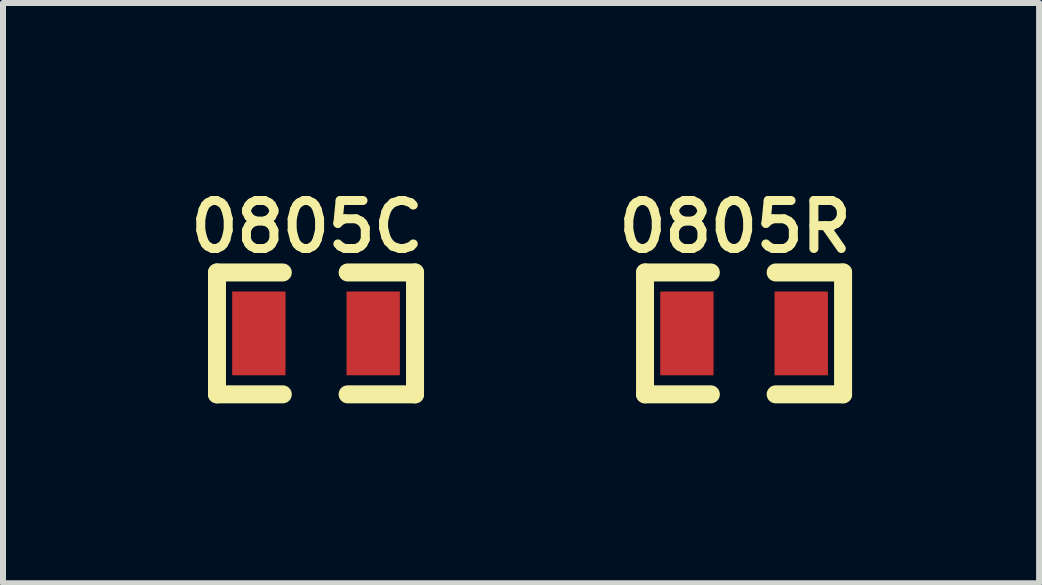
<source format=kicad_pcb>
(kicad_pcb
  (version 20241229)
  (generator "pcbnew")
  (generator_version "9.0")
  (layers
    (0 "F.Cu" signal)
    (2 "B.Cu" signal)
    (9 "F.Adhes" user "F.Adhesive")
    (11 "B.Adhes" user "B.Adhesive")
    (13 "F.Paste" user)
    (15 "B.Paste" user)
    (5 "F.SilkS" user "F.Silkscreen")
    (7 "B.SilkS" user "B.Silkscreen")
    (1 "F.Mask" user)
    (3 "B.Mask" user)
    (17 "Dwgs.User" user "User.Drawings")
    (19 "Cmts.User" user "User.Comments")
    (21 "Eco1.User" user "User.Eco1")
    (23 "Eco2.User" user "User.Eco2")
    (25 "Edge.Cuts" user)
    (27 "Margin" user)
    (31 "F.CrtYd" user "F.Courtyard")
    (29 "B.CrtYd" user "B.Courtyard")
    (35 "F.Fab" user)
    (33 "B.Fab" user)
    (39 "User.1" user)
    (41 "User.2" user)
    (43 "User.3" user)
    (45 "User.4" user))
  (footprint "0805R"
    (layer "F.Cu")
    (at 9.356 2.509)
    (property "Reference" "0805R" (at -0.15 -1.778 180) (layer "F.SilkS") (effects (font (size 0.8 0.8) (thickness 0.15))))
    (attr smd)
    (fp_line (start -1.651 -1.016) (end -1.651 1.016) (stroke (width 0.3) (type solid)) (layer "F.SilkS"))
    (fp_line (start -1.651 1.016) (end -0.554 1.016) (stroke (width 0.3) (type solid)) (layer "F.SilkS"))
    (fp_line (start -0.554 -1.016) (end -1.651 -1.016) (stroke (width 0.3) (type solid)) (layer "F.SilkS"))
    (fp_line (start 0.527 -1.016) (end 1.651 -1.016) (stroke (width 0.3) (type solid)) (layer "F.SilkS"))
    (fp_line (start 1.651 -1.016) (end 1.651 1.016) (stroke (width 0.3) (type solid)) (layer "F.SilkS"))
    (fp_line (start 1.651 1.016) (end 0.527 1.016) (stroke (width 0.3) (type solid)) (layer "F.SilkS"))
    (pad "1" smd rect (at -0.953 0) (size 0.889 1.397) (layers "F.Cu" "F.Mask" "F.Paste"))
    (pad "2" smd rect (at 0.953 0) (size 0.889 1.397) (layers "F.Cu" "F.Mask" "F.Paste")))
  (footprint "0805C"
    (layer "F.Cu")
    (at 2.219 2.509)
    (property "Reference" "0805C" (at -0.15 -1.778 180) (layer "F.SilkS") (effects (font (size 0.8 0.8) (thickness 0.15))))
    (attr smd)
    (fp_line (start -1.651 -1.016) (end -1.651 1.016) (stroke (width 0.3) (type solid)) (layer "F.SilkS"))
    (fp_line (start -1.651 1.016) (end -0.554 1.016) (stroke (width 0.3) (type solid)) (layer "F.SilkS"))
    (fp_line (start -0.554 -1.016) (end -1.651 -1.016) (stroke (width 0.3) (type solid)) (layer "F.SilkS"))
    (fp_line (start 0.527 -1.016) (end 1.651 -1.016) (stroke (width 0.3) (type solid)) (layer "F.SilkS"))
    (fp_line (start 1.651 -1.016) (end 1.651 1.016) (stroke (width 0.3) (type solid)) (layer "F.SilkS"))
    (fp_line (start 1.651 1.016) (end 0.527 1.016) (stroke (width 0.3) (type solid)) (layer "F.SilkS"))
    (pad "1" smd rect (at -0.953 0) (size 0.889 1.397) (layers "F.Cu" "F.Mask" "F.Paste"))
    (pad "2" smd rect (at 0.953 0) (size 0.889 1.397) (layers "F.Cu" "F.Mask" "F.Paste")))
  (gr_rect
    (start -3 -3)
    (end 14.275 6.675)
    (stroke (width 0.1) (type default))
    (fill no)
    (layer "Edge.Cuts")))
</source>
